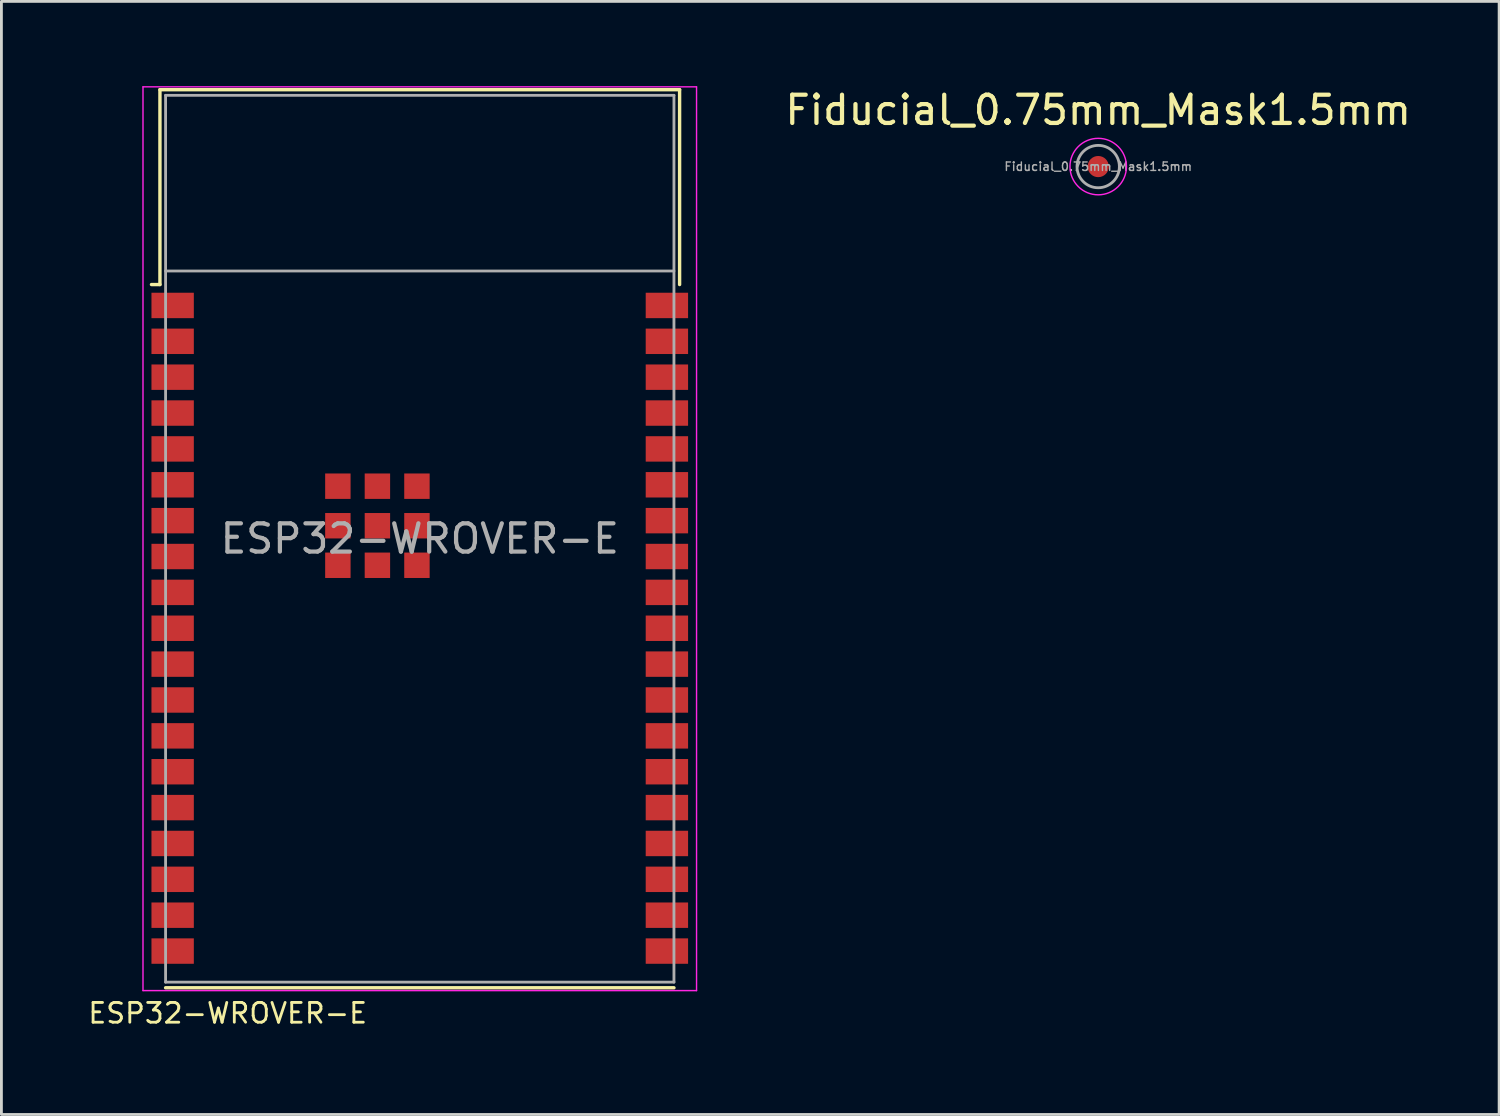
<source format=kicad_pcb>
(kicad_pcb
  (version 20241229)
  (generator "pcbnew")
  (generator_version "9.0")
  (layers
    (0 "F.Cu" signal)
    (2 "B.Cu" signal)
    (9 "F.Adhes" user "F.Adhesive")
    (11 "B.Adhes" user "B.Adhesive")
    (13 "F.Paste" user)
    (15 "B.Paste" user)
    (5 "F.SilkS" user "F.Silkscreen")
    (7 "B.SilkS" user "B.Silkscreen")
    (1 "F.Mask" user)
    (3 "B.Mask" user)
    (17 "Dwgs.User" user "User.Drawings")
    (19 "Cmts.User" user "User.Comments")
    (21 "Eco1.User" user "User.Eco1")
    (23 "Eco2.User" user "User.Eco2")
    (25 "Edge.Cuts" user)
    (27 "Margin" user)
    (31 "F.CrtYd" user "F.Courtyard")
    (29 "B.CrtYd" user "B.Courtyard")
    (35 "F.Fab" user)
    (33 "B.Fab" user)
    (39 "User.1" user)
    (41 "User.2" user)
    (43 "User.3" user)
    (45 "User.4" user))
  (footprint "ESP32-WROVER-E"
    (layer "F.Cu")
    (at 11.813 16.025)
    (property "Reference" "ESP32-WROVER-E" (at -6.8 16.8 0) (layer "F.SilkS") (effects (font (size 0.7 0.7) (thickness 0.1))))
    (attr smd)
    (fp_line (start -9.2 -15.9) (end -9.2 -9) (stroke (width 0.12) (type solid)) (layer "F.SilkS"))
    (fp_line (start -9.2 -15.9) (end 9.2 -15.9) (stroke (width 0.12) (type solid)) (layer "F.SilkS"))
    (fp_line (start -9.2 -9) (end -9.5 -9) (stroke (width 0.12) (type solid)) (layer "F.SilkS"))
    (fp_line (start 9 15.9) (end -9 15.9) (stroke (width 0.12) (type solid)) (layer "F.SilkS"))
    (fp_line (start 9.2 -15.9) (end 9.2 -9) (stroke (width 0.12) (type solid)) (layer "F.SilkS"))
    (fp_line (start -9.8 -16) (end 9.8 -16) (stroke (width 0.05) (type solid)) (layer "F.CrtYd"))
    (fp_line (start -9.8 16) (end -9.8 -16) (stroke (width 0.05) (type solid)) (layer "F.CrtYd"))
    (fp_line (start 9.8 -16) (end 9.8 16) (stroke (width 0.05) (type solid)) (layer "F.CrtYd"))
    (fp_line (start 9.8 16) (end -9.8 16) (stroke (width 0.05) (type solid)) (layer "F.CrtYd"))
    (fp_line (start -9 -15.7) (end -9 15.7) (stroke (width 0.1) (type solid)) (layer "F.Fab"))
    (fp_line (start -9 15.7) (end 9 15.7) (stroke (width 0.1) (type solid)) (layer "F.Fab"))
    (fp_line (start 9 -15.7) (end -9 -15.7) (stroke (width 0.1) (type solid)) (layer "F.Fab"))
    (fp_line (start 9 -9.48) (end -9 -9.48) (stroke (width 0.1) (type solid)) (layer "F.Fab"))
    (fp_line (start 9 15.7) (end 9 -15.7) (stroke (width 0.1) (type solid)) (layer "F.Fab"))
    (fp_text user "${REFERENCE}" (at 0 0 0) (layer "F.Fab") (effects (font (size 1 1) (thickness 0.15))))
    (pad "1" smd rect (at -8.75 -8.26 90) (size 0.9 1.5) (layers "F.Cu" "F.Mask" "F.Paste"))
    (pad "2" smd rect (at -8.75 -6.99 90) (size 0.9 1.5) (layers "F.Cu" "F.Mask" "F.Paste"))
    (pad "3" smd rect (at -8.75 -5.72 90) (size 0.9 1.5) (layers "F.Cu" "F.Mask" "F.Paste"))
    (pad "4" smd rect (at -8.75 -4.45 90) (size 0.9 1.5) (layers "F.Cu" "F.Mask" "F.Paste"))
    (pad "5" smd rect (at -8.75 -3.18 90) (size 0.9 1.5) (layers "F.Cu" "F.Mask" "F.Paste"))
    (pad "6" smd rect (at -8.75 -1.91 90) (size 0.9 1.5) (layers "F.Cu" "F.Mask" "F.Paste"))
    (pad "7" smd rect (at -8.75 -0.64 90) (size 0.9 1.5) (layers "F.Cu" "F.Mask" "F.Paste"))
    (pad "8" smd rect (at -8.75 0.63 90) (size 0.9 1.5) (layers "F.Cu" "F.Mask" "F.Paste"))
    (pad "9" smd rect (at -8.75 1.9 90) (size 0.9 1.5) (layers "F.Cu" "F.Mask" "F.Paste"))
    (pad "10" smd rect (at -8.75 3.17 90) (size 0.9 1.5) (layers "F.Cu" "F.Mask" "F.Paste"))
    (pad "11" smd rect (at -8.75 4.44 90) (size 0.9 1.5) (layers "F.Cu" "F.Mask" "F.Paste"))
    (pad "12" smd rect (at -8.75 5.71 90) (size 0.9 1.5) (layers "F.Cu" "F.Mask" "F.Paste"))
    (pad "13" smd rect (at -8.75 6.98 90) (size 0.9 1.5) (layers "F.Cu" "F.Mask" "F.Paste"))
    (pad "14" smd rect (at -8.75 8.25 90) (size 0.9 1.5) (layers "F.Cu" "F.Mask" "F.Paste"))
    (pad "15" smd rect (at -8.75 9.52 90) (size 0.9 1.5) (layers "F.Cu" "F.Mask" "F.Paste"))
    (pad "16" smd rect (at -8.75 10.79 90) (size 0.9 1.5) (layers "F.Cu" "F.Mask" "F.Paste"))
    (pad "17" smd rect (at -8.75 12.06 90) (size 0.9 1.5) (layers "F.Cu" "F.Mask" "F.Paste"))
    (pad "18" smd rect (at -8.75 13.33 90) (size 0.9 1.5) (layers "F.Cu" "F.Mask" "F.Paste"))
    (pad "19" smd rect (at -8.75 14.6 90) (size 0.9 1.5) (layers "F.Cu" "F.Mask" "F.Paste"))
    (pad "20" smd rect (at 8.75 14.6 90) (size 0.9 1.5) (layers "F.Cu" "F.Mask" "F.Paste"))
    (pad "21" smd rect (at 8.75 13.33 90) (size 0.9 1.5) (layers "F.Cu" "F.Mask" "F.Paste"))
    (pad "22" smd rect (at 8.75 12.06 90) (size 0.9 1.5) (layers "F.Cu" "F.Mask" "F.Paste"))
    (pad "23" smd rect (at 8.75 10.79 90) (size 0.9 1.5) (layers "F.Cu" "F.Mask" "F.Paste"))
    (pad "24" smd rect (at 8.75 9.52 90) (size 0.9 1.5) (layers "F.Cu" "F.Mask" "F.Paste"))
    (pad "25" smd rect (at 8.75 8.25 90) (size 0.9 1.5) (layers "F.Cu" "F.Mask" "F.Paste"))
    (pad "26" smd rect (at 8.75 6.98 90) (size 0.9 1.5) (layers "F.Cu" "F.Mask" "F.Paste"))
    (pad "27" smd rect (at 8.75 5.71 90) (size 0.9 1.5) (layers "F.Cu" "F.Mask" "F.Paste"))
    (pad "28" smd rect (at 8.75 4.44 90) (size 0.9 1.5) (layers "F.Cu" "F.Mask" "F.Paste"))
    (pad "29" smd rect (at 8.75 3.17 90) (size 0.9 1.5) (layers "F.Cu" "F.Mask" "F.Paste"))
    (pad "30" smd rect (at 8.75 1.9 90) (size 0.9 1.5) (layers "F.Cu" "F.Mask" "F.Paste"))
    (pad "31" smd rect (at 8.75 0.63 90) (size 0.9 1.5) (layers "F.Cu" "F.Mask" "F.Paste"))
    (pad "32" smd rect (at 8.75 -0.64 90) (size 0.9 1.5) (layers "F.Cu" "F.Mask" "F.Paste"))
    (pad "33" smd rect (at 8.75 -1.91 90) (size 0.9 1.5) (layers "F.Cu" "F.Mask" "F.Paste"))
    (pad "34" smd rect (at 8.75 -3.18 90) (size 0.9 1.5) (layers "F.Cu" "F.Mask" "F.Paste"))
    (pad "35" smd rect (at 8.75 -4.45 90) (size 0.9 1.5) (layers "F.Cu" "F.Mask" "F.Paste"))
    (pad "36" smd rect (at 8.75 -5.72 90) (size 0.9 1.5) (layers "F.Cu" "F.Mask" "F.Paste"))
    (pad "37" smd rect (at 8.75 -6.99 90) (size 0.9 1.5) (layers "F.Cu" "F.Mask" "F.Paste"))
    (pad "38" smd rect (at 8.75 -8.26 90) (size 0.9 1.5) (layers "F.Cu" "F.Mask" "F.Paste"))
    (pad "39" smd rect (at -2.9 -1.86 90) (size 0.9 0.9) (layers "F.Cu" "F.Mask" "F.Paste"))
    (pad "40" smd rect (at -1.5 -1.86 90) (size 0.9 0.9) (layers "F.Cu" "F.Mask" "F.Paste"))
    (pad "41" smd rect (at -0.1 -1.86 90) (size 0.9 0.9) (layers "F.Cu" "F.Mask" "F.Paste"))
    (pad "42" smd rect (at -2.9 -0.46 90) (size 0.9 0.9) (layers "F.Cu" "F.Mask" "F.Paste"))
    (pad "43" smd rect (at -1.5 -0.46 90) (size 0.9 0.9) (layers "F.Cu" "F.Mask" "F.Paste"))
    (pad "44" smd rect (at -0.1 -0.46 90) (size 0.9 0.9) (layers "F.Cu" "F.Mask" "F.Paste"))
    (pad "45" smd rect (at -2.9 0.94 90) (size 0.9 0.9) (layers "F.Cu" "F.Mask" "F.Paste"))
    (pad "46" smd rect (at -1.5 0.94 90) (size 0.9 0.9) (layers "F.Cu" "F.Mask" "F.Paste"))
    (pad "47" smd rect (at -0.1 0.94 90) (size 0.9 0.9) (layers "F.Cu" "F.Mask" "F.Paste"))
    (zone (net_name "") (layers "F.Cu" "B.Cu") (hatch full 0.508) (connect_pads) (min_thickness 0.254) (filled_areas_thickness no) (keepout (tracks not_allowed) (vias not_allowed) (pads not_allowed) (copperpour not_allowed) (footprints not_allowed)) (placement (enabled no)) (fill) (polygon (pts (xy 2.813 6.525) (xy 20.813 6.525) (xy 20.813 0.325) (xy 2.813 0.325)))))
  (footprint "Fiducial_0.75mm_Mask1.5mm"
    (layer "F.Cu")
    (at 35.835 2.848)
    (property "Reference" "Fiducial_0.75mm_Mask1.5mm" (at 0 -2 0) (layer "F.SilkS") (effects (font (size 1 1) (thickness 0.15))))
    (attr smd)
    (fp_circle (center 0 0) (end 1 0) (stroke (width 0.05) (type solid)) (fill no) (layer "F.CrtYd"))
    (fp_circle (center 0 0) (end 0.75 0) (stroke (width 0.1) (type solid)) (fill no) (layer "F.Fab"))
    (fp_text user "${REFERENCE}" (at 0 0 0) (layer "F.Fab") (effects (font (size 0.3 0.3) (thickness 0.05))))
    (pad "" smd circle (at 0 0) (size 0.75 0.75) (layers "F.Cu" "F.Mask")))
  (gr_rect
    (start -3 -3)
    (end 50.031 36.41)
    (stroke (width 0.1) (type default))
    (fill no)
    (layer "Edge.Cuts")))
</source>
